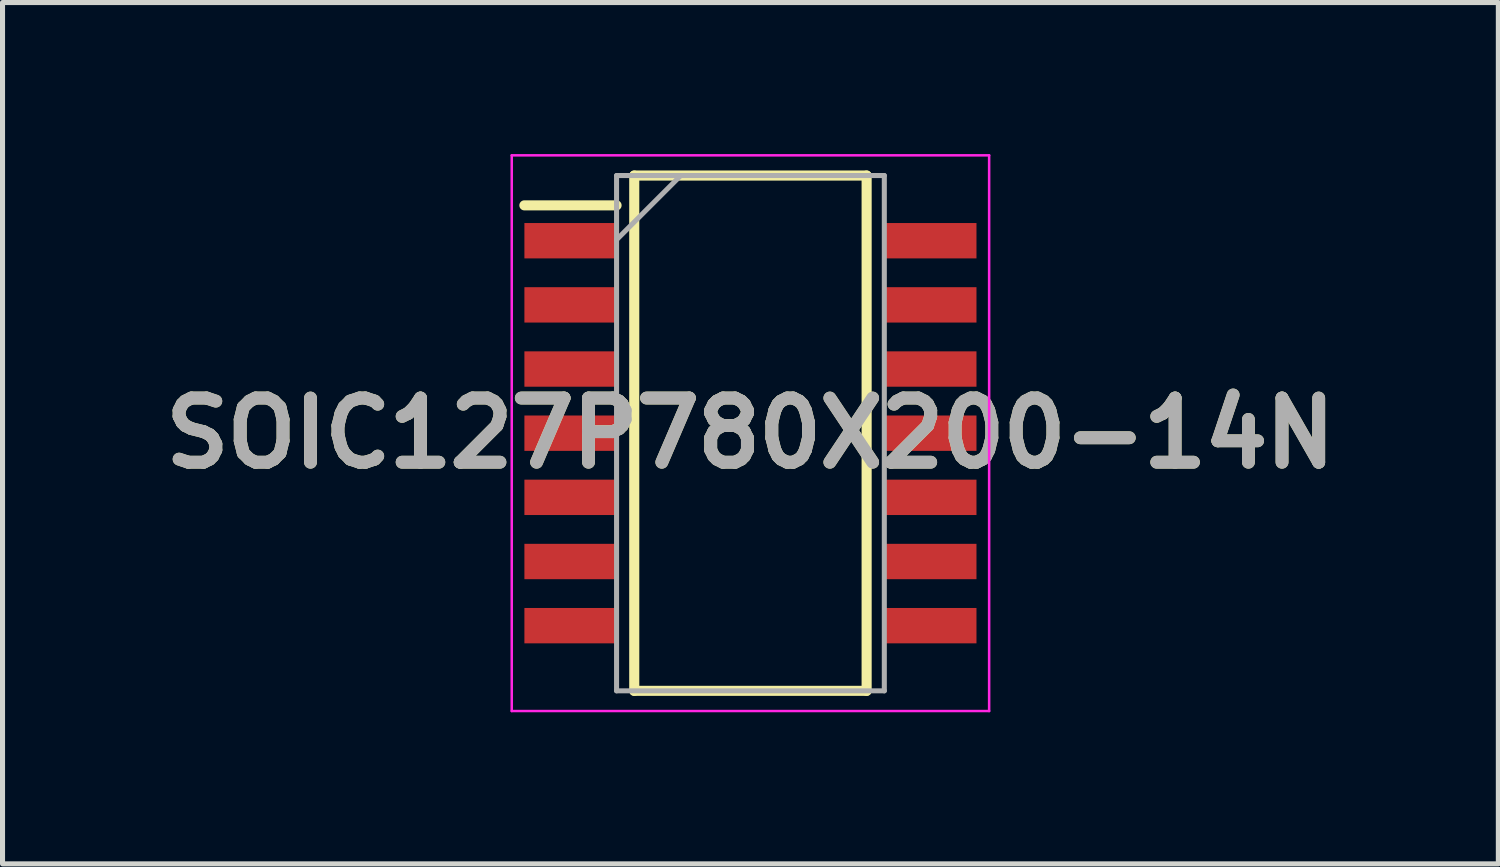
<source format=kicad_pcb>
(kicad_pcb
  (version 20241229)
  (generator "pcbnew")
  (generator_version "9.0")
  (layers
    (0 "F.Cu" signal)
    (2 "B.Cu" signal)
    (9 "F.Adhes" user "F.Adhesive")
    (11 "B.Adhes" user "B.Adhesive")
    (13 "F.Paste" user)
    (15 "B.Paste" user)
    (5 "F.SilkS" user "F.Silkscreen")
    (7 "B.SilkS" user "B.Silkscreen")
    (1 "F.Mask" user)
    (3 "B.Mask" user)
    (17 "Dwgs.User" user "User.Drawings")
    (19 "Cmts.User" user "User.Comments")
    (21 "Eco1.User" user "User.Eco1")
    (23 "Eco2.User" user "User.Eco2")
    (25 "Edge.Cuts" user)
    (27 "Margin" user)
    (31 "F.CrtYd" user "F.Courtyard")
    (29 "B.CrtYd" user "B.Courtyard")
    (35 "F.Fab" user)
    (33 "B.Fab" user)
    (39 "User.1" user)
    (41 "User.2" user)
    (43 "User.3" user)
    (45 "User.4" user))
  (footprint "SOIC127P780X200-14N"
    (layer "F.Cu")
    (at 11.805 5.525)
    (property "Reference" "SOIC127P780X200-14N" (at 0 0 0) (layer "F.SilkS") (effects (font (size 1.27 1.27) (thickness 0.254))))
    (attr smd)
    (fp_line (start -4.475 -4.51) (end -2.65 -4.51) (stroke (width 0.2) (type solid)) (layer "F.SilkS"))
    (fp_line (start -2.3 -5.1) (end 2.3 -5.1) (stroke (width 0.2) (type solid)) (layer "F.SilkS"))
    (fp_line (start -2.3 5.1) (end -2.3 -5.1) (stroke (width 0.2) (type solid)) (layer "F.SilkS"))
    (fp_line (start 2.3 -5.1) (end 2.3 5.1) (stroke (width 0.2) (type solid)) (layer "F.SilkS"))
    (fp_line (start 2.3 5.1) (end -2.3 5.1) (stroke (width 0.2) (type solid)) (layer "F.SilkS"))
    (fp_line (start -4.725 -5.5) (end 4.725 -5.5) (stroke (width 0.05) (type solid)) (layer "F.CrtYd"))
    (fp_line (start -4.725 5.5) (end -4.725 -5.5) (stroke (width 0.05) (type solid)) (layer "F.CrtYd"))
    (fp_line (start 4.725 -5.5) (end 4.725 5.5) (stroke (width 0.05) (type solid)) (layer "F.CrtYd"))
    (fp_line (start 4.725 5.5) (end -4.725 5.5) (stroke (width 0.05) (type solid)) (layer "F.CrtYd"))
    (fp_line (start -2.65 -5.1) (end 2.65 -5.1) (stroke (width 0.1) (type solid)) (layer "F.Fab"))
    (fp_line (start -2.65 -3.83) (end -1.38 -5.1) (stroke (width 0.1) (type solid)) (layer "F.Fab"))
    (fp_line (start -2.65 5.1) (end -2.65 -5.1) (stroke (width 0.1) (type solid)) (layer "F.Fab"))
    (fp_line (start 2.65 -5.1) (end 2.65 5.1) (stroke (width 0.1) (type solid)) (layer "F.Fab"))
    (fp_line (start 2.65 5.1) (end -2.65 5.1) (stroke (width 0.1) (type solid)) (layer "F.Fab"))
    (fp_text user "${REFERENCE}" (at 0 0 0) (layer "F.Fab") (effects (font (size 1.27 1.27) (thickness 0.254))))
    (pad "1" smd rect (at -3.562 -3.81 90) (size 0.7 1.825) (layers "F.Cu" "F.Mask" "F.Paste"))
    (pad "2" smd rect (at -3.562 -2.54 90) (size 0.7 1.825) (layers "F.Cu" "F.Mask" "F.Paste"))
    (pad "3" smd rect (at -3.562 -1.27 90) (size 0.7 1.825) (layers "F.Cu" "F.Mask" "F.Paste"))
    (pad "4" smd rect (at -3.562 0 90) (size 0.7 1.825) (layers "F.Cu" "F.Mask" "F.Paste"))
    (pad "5" smd rect (at -3.562 1.27 90) (size 0.7 1.825) (layers "F.Cu" "F.Mask" "F.Paste"))
    (pad "6" smd rect (at -3.562 2.54 90) (size 0.7 1.825) (layers "F.Cu" "F.Mask" "F.Paste"))
    (pad "7" smd rect (at -3.562 3.81 90) (size 0.7 1.825) (layers "F.Cu" "F.Mask" "F.Paste"))
    (pad "8" smd rect (at 3.562 3.81 90) (size 0.7 1.825) (layers "F.Cu" "F.Mask" "F.Paste"))
    (pad "9" smd rect (at 3.562 2.54 90) (size 0.7 1.825) (layers "F.Cu" "F.Mask" "F.Paste"))
    (pad "10" smd rect (at 3.562 1.27 90) (size 0.7 1.825) (layers "F.Cu" "F.Mask" "F.Paste"))
    (pad "11" smd rect (at 3.562 0 90) (size 0.7 1.825) (layers "F.Cu" "F.Mask" "F.Paste"))
    (pad "12" smd rect (at 3.562 -1.27 90) (size 0.7 1.825) (layers "F.Cu" "F.Mask" "F.Paste"))
    (pad "13" smd rect (at 3.562 -2.54 90) (size 0.7 1.825) (layers "F.Cu" "F.Mask" "F.Paste"))
    (pad "14" smd rect (at 3.562 -3.81 90) (size 0.7 1.825) (layers "F.Cu" "F.Mask" "F.Paste")))
  (gr_rect
    (start -3 -3)
    (end 26.61 14.05)
    (stroke (width 0.1) (type default))
    (fill no)
    (layer "Edge.Cuts")))
</source>
